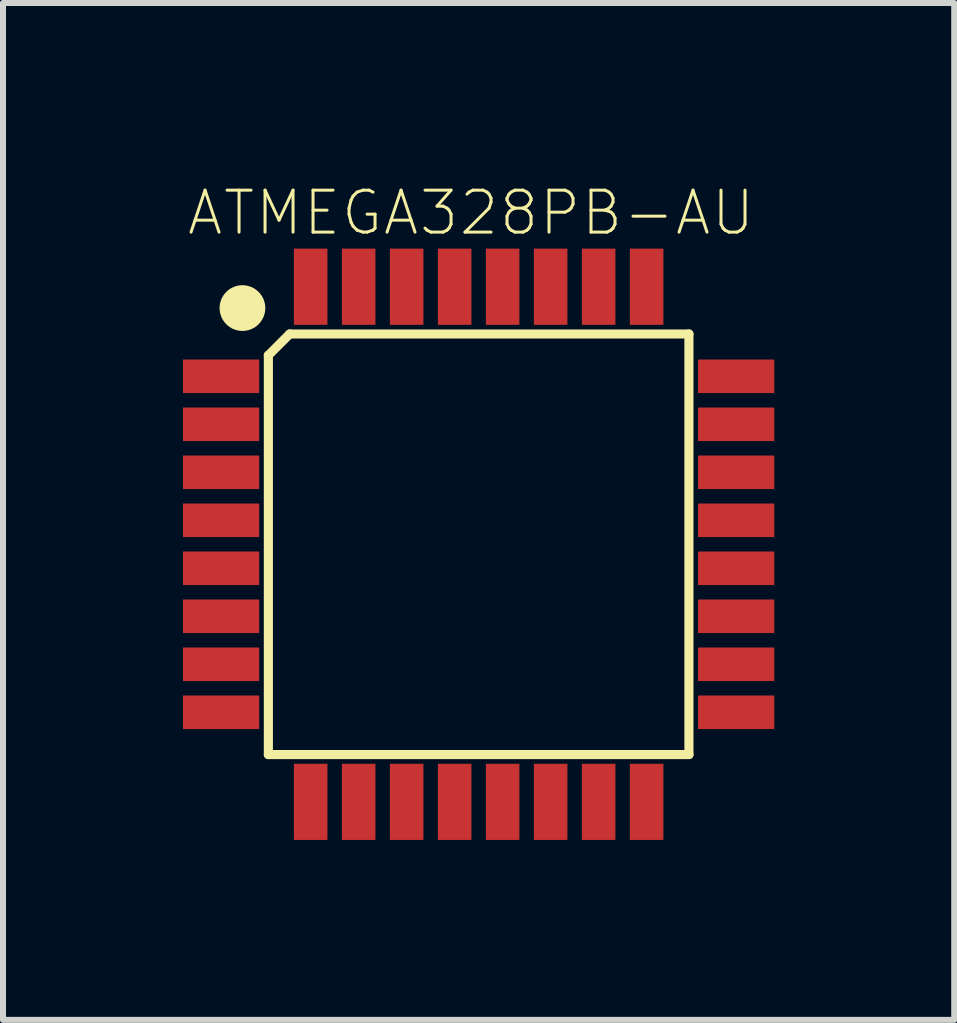
<source format=kicad_pcb>
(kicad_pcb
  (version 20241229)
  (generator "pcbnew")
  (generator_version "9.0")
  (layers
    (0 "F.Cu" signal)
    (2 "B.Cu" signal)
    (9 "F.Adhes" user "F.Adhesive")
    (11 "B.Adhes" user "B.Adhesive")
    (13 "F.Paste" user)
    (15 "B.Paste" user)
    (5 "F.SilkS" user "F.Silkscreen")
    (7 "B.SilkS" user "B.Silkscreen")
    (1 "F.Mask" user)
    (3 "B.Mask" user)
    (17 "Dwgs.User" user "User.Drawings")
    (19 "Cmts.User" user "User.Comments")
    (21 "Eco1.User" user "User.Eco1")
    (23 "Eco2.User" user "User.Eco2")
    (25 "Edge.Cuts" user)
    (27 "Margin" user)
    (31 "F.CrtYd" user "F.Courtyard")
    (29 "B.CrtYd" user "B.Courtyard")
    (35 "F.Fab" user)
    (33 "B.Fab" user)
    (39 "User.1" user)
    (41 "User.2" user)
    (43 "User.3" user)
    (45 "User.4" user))
  (footprint "ATMEGA328PB-AU"
    (layer "F.Cu")
    (at 4.928 6.022)
    (property "Reference" "ATMEGA328PB-AU" (at -0.127 -5.524 0) (layer "F.SilkS") (effects (font (size 0.7 0.7) (thickness 0.05))))
    (attr smd)
    (fp_line (start -3.505 3.505) (end -3.505 -3.15) (stroke (width 0.152) (type solid)) (layer "F.SilkS"))
    (fp_line (start -3.15 -3.505) (end -3.505 -3.15) (stroke (width 0.152) (type solid)) (layer "F.SilkS"))
    (fp_line (start -3.15 -3.505) (end 3.505 -3.505) (stroke (width 0.152) (type solid)) (layer "F.SilkS"))
    (fp_line (start 3.505 -3.505) (end 3.505 3.505) (stroke (width 0.152) (type solid)) (layer "F.SilkS"))
    (fp_line (start 3.505 3.505) (end -3.505 3.505) (stroke (width 0.152) (type solid)) (layer "F.SilkS"))
    (fp_circle (center -3.937 -3.937) (end -3.556 -3.937) (stroke (width 0) (type solid)) (fill yes) (layer "F.SilkS"))
    (pad "1" smd rect (at -4.293 -2.8) (size 1.27 0.559) (layers "F.Cu" "F.Mask" "F.Paste"))
    (pad "2" smd rect (at -4.293 -2) (size 1.27 0.559) (layers "F.Cu" "F.Mask" "F.Paste"))
    (pad "3" smd rect (at -4.293 -1.2) (size 1.27 0.559) (layers "F.Cu" "F.Mask" "F.Paste"))
    (pad "4" smd rect (at -4.293 -0.4) (size 1.27 0.559) (layers "F.Cu" "F.Mask" "F.Paste"))
    (pad "5" smd rect (at -4.293 0.4) (size 1.27 0.559) (layers "F.Cu" "F.Mask" "F.Paste"))
    (pad "6" smd rect (at -4.293 1.2) (size 1.27 0.559) (layers "F.Cu" "F.Mask" "F.Paste"))
    (pad "7" smd rect (at -4.293 2) (size 1.27 0.559) (layers "F.Cu" "F.Mask" "F.Paste"))
    (pad "8" smd rect (at -4.293 2.8) (size 1.27 0.559) (layers "F.Cu" "F.Mask" "F.Paste"))
    (pad "9" smd rect (at -2.8 4.293) (size 0.559 1.27) (layers "F.Cu" "F.Mask" "F.Paste"))
    (pad "10" smd rect (at -2 4.293) (size 0.559 1.27) (layers "F.Cu" "F.Mask" "F.Paste"))
    (pad "11" smd rect (at -1.2 4.293) (size 0.559 1.27) (layers "F.Cu" "F.Mask" "F.Paste"))
    (pad "12" smd rect (at -0.4 4.293) (size 0.559 1.27) (layers "F.Cu" "F.Mask" "F.Paste"))
    (pad "13" smd rect (at 0.4 4.293) (size 0.559 1.27) (layers "F.Cu" "F.Mask" "F.Paste"))
    (pad "14" smd rect (at 1.2 4.293) (size 0.559 1.27) (layers "F.Cu" "F.Mask" "F.Paste"))
    (pad "15" smd rect (at 2 4.293) (size 0.559 1.27) (layers "F.Cu" "F.Mask" "F.Paste"))
    (pad "16" smd rect (at 2.8 4.293) (size 0.559 1.27) (layers "F.Cu" "F.Mask" "F.Paste"))
    (pad "17" smd rect (at 4.293 2.8) (size 1.27 0.559) (layers "F.Cu" "F.Mask" "F.Paste"))
    (pad "18" smd rect (at 4.293 2) (size 1.27 0.559) (layers "F.Cu" "F.Mask" "F.Paste"))
    (pad "19" smd rect (at 4.293 1.2) (size 1.27 0.559) (layers "F.Cu" "F.Mask" "F.Paste"))
    (pad "20" smd rect (at 4.293 0.4) (size 1.27 0.559) (layers "F.Cu" "F.Mask" "F.Paste"))
    (pad "21" smd rect (at 4.293 -0.4) (size 1.27 0.559) (layers "F.Cu" "F.Mask" "F.Paste"))
    (pad "22" smd rect (at 4.293 -1.2) (size 1.27 0.559) (layers "F.Cu" "F.Mask" "F.Paste"))
    (pad "23" smd rect (at 4.293 -2) (size 1.27 0.559) (layers "F.Cu" "F.Mask" "F.Paste"))
    (pad "24" smd rect (at 4.293 -2.8) (size 1.27 0.559) (layers "F.Cu" "F.Mask" "F.Paste"))
    (pad "25" smd rect (at 2.8 -4.293) (size 0.559 1.27) (layers "F.Cu" "F.Mask" "F.Paste"))
    (pad "26" smd rect (at 2 -4.293) (size 0.559 1.27) (layers "F.Cu" "F.Mask" "F.Paste"))
    (pad "27" smd rect (at 1.2 -4.293) (size 0.559 1.27) (layers "F.Cu" "F.Mask" "F.Paste"))
    (pad "28" smd rect (at 0.4 -4.293) (size 0.559 1.27) (layers "F.Cu" "F.Mask" "F.Paste"))
    (pad "29" smd rect (at -0.4 -4.293) (size 0.559 1.27) (layers "F.Cu" "F.Mask" "F.Paste"))
    (pad "30" smd rect (at -1.2 -4.293) (size 0.559 1.27) (layers "F.Cu" "F.Mask" "F.Paste"))
    (pad "31" smd rect (at -2 -4.293) (size 0.559 1.27) (layers "F.Cu" "F.Mask" "F.Paste"))
    (pad "32" smd rect (at -2.8 -4.293) (size 0.559 1.27) (layers "F.Cu" "F.Mask" "F.Paste")))
  (gr_rect
    (start -3 -3)
    (end 12.855 13.949)
    (stroke (width 0.1) (type default))
    (fill no)
    (layer "Edge.Cuts")))
</source>
